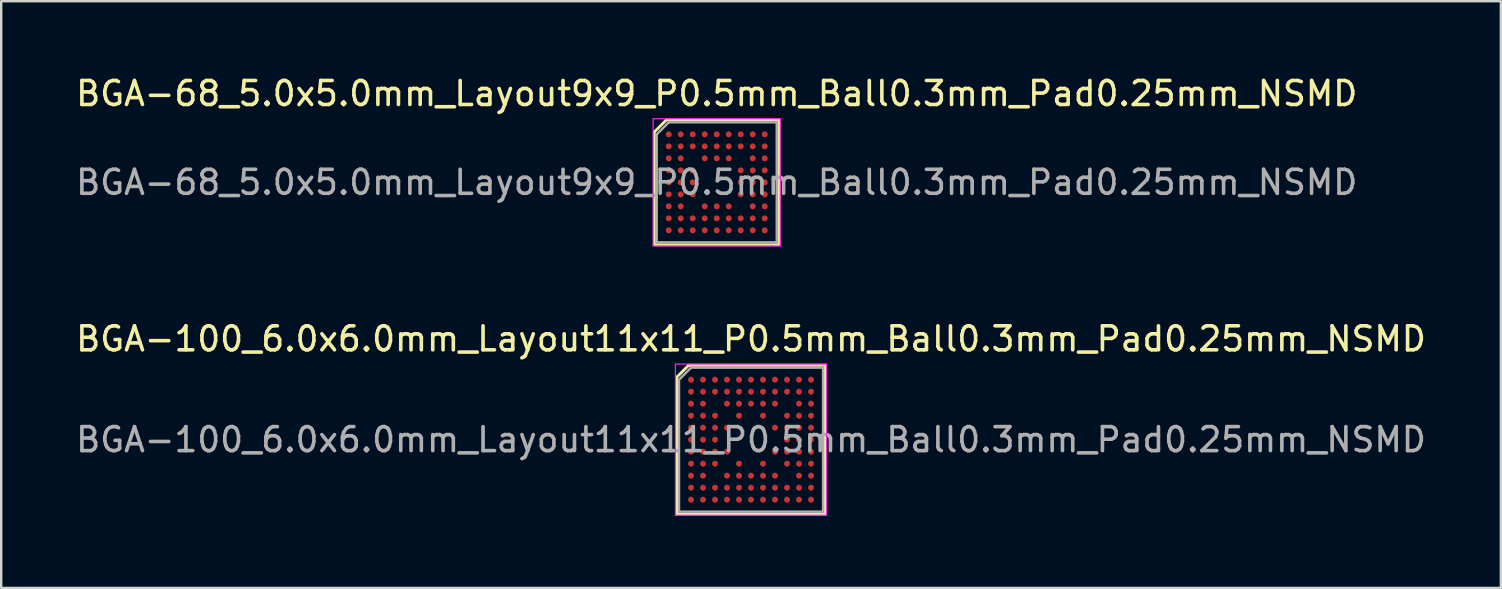
<source format=kicad_pcb>
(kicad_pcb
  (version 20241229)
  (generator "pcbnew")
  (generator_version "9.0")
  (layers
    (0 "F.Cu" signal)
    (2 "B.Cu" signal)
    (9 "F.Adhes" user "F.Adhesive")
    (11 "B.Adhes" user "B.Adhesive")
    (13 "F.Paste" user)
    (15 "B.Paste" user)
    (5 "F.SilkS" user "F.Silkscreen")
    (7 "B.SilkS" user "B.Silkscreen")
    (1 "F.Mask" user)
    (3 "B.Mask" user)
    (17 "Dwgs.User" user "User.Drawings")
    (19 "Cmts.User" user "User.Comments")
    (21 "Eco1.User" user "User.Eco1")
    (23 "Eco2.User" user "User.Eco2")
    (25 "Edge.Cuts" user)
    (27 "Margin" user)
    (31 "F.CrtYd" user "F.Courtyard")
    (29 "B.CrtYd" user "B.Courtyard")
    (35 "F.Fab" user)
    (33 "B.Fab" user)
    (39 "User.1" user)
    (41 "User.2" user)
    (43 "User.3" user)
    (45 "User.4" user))
  (footprint "BGA-68_5.0x5.0mm_Layout9x9_P0.5mm_Ball0.3mm_Pad0.25mm_NSMD"
    (layer "F.Cu")
    (at 26.815 4.548)
    (property "Reference" "BGA-68_5.0x5.0mm_Layout9x9_P0.5mm_Ball0.3mm_Pad0.25mm_NSMD" (at 0 -3.7 0) (layer "F.SilkS") (effects (font (size 1 1) (thickness 0.15))))
    (attr smd)
    (fp_line (start -2.6 -2.1) (end -2.6 2.6) (stroke (width 0.12) (type solid)) (layer "F.SilkS"))
    (fp_line (start -2.6 2.6) (end 2.6 2.6) (stroke (width 0.12) (type solid)) (layer "F.SilkS"))
    (fp_line (start -2.1 -2.6) (end -2.6 -2.1) (stroke (width 0.12) (type solid)) (layer "F.SilkS"))
    (fp_line (start 2.6 -2.6) (end -2.1 -2.6) (stroke (width 0.12) (type solid)) (layer "F.SilkS"))
    (fp_line (start 2.6 2.6) (end 2.6 -2.6) (stroke (width 0.12) (type solid)) (layer "F.SilkS"))
    (fp_line (start -2.65 -2.65) (end 2.65 -2.65) (stroke (width 0.05) (type solid)) (layer "F.CrtYd"))
    (fp_line (start -2.65 2.65) (end -2.65 -2.65) (stroke (width 0.05) (type solid)) (layer "F.CrtYd"))
    (fp_line (start 2.65 -2.65) (end 2.65 2.65) (stroke (width 0.05) (type solid)) (layer "F.CrtYd"))
    (fp_line (start 2.65 2.65) (end -2.65 2.65) (stroke (width 0.05) (type solid)) (layer "F.CrtYd"))
    (fp_line (start -2.5 -2) (end -2.5 2.5) (stroke (width 0.1) (type solid)) (layer "F.Fab"))
    (fp_line (start -2.5 2.5) (end 2.5 2.5) (stroke (width 0.1) (type solid)) (layer "F.Fab"))
    (fp_line (start -2 -2.5) (end -2.5 -2) (stroke (width 0.1) (type solid)) (layer "F.Fab"))
    (fp_line (start 2.5 -2.5) (end -2 -2.5) (stroke (width 0.1) (type solid)) (layer "F.Fab"))
    (fp_line (start 2.5 2.5) (end 2.5 -2.5) (stroke (width 0.1) (type solid)) (layer "F.Fab"))
    (fp_text user "${REFERENCE}" (at 0 0 0) (layer "F.Fab") (effects (font (size 1 1) (thickness 0.15))))
    (pad "A1" smd circle (at -2 -2) (size 0.25 0.25) (layers "F.Cu" "F.Mask" "F.Paste"))
    (pad "A2" smd circle (at -1.5 -2) (size 0.25 0.25) (layers "F.Cu" "F.Mask" "F.Paste"))
    (pad "A3" smd circle (at -1 -2) (size 0.25 0.25) (layers "F.Cu" "F.Mask" "F.Paste"))
    (pad "A4" smd circle (at -0.5 -2) (size 0.25 0.25) (layers "F.Cu" "F.Mask" "F.Paste"))
    (pad "A5" smd circle (at 0 -2) (size 0.25 0.25) (layers "F.Cu" "F.Mask" "F.Paste"))
    (pad "A6" smd circle (at 0.5 -2) (size 0.25 0.25) (layers "F.Cu" "F.Mask" "F.Paste"))
    (pad "A7" smd circle (at 1 -2) (size 0.25 0.25) (layers "F.Cu" "F.Mask" "F.Paste"))
    (pad "A8" smd circle (at 1.5 -2) (size 0.25 0.25) (layers "F.Cu" "F.Mask" "F.Paste"))
    (pad "A9" smd circle (at 2 -2) (size 0.25 0.25) (layers "F.Cu" "F.Mask" "F.Paste"))
    (pad "B1" smd circle (at -2 -1.5) (size 0.25 0.25) (layers "F.Cu" "F.Mask" "F.Paste"))
    (pad "B2" smd circle (at -1.5 -1.5) (size 0.25 0.25) (layers "F.Cu" "F.Mask" "F.Paste"))
    (pad "B3" smd circle (at -1 -1.5) (size 0.25 0.25) (layers "F.Cu" "F.Mask" "F.Paste"))
    (pad "B4" smd circle (at -0.5 -1.5) (size 0.25 0.25) (layers "F.Cu" "F.Mask" "F.Paste"))
    (pad "B5" smd circle (at 0 -1.5) (size 0.25 0.25) (layers "F.Cu" "F.Mask" "F.Paste"))
    (pad "B6" smd circle (at 0.5 -1.5) (size 0.25 0.25) (layers "F.Cu" "F.Mask" "F.Paste"))
    (pad "B7" smd circle (at 1 -1.5) (size 0.25 0.25) (layers "F.Cu" "F.Mask" "F.Paste"))
    (pad "B8" smd circle (at 1.5 -1.5) (size 0.25 0.25) (layers "F.Cu" "F.Mask" "F.Paste"))
    (pad "B9" smd circle (at 2 -1.5) (size 0.25 0.25) (layers "F.Cu" "F.Mask" "F.Paste"))
    (pad "C1" smd circle (at -2 -1) (size 0.25 0.25) (layers "F.Cu" "F.Mask" "F.Paste"))
    (pad "C2" smd circle (at -1.5 -1) (size 0.25 0.25) (layers "F.Cu" "F.Mask" "F.Paste"))
    (pad "C4" smd circle (at -0.5 -1) (size 0.25 0.25) (layers "F.Cu" "F.Mask" "F.Paste"))
    (pad "C5" smd circle (at 0 -1) (size 0.25 0.25) (layers "F.Cu" "F.Mask" "F.Paste"))
    (pad "C6" smd circle (at 0.5 -1) (size 0.25 0.25) (layers "F.Cu" "F.Mask" "F.Paste"))
    (pad "C8" smd circle (at 1.5 -1) (size 0.25 0.25) (layers "F.Cu" "F.Mask" "F.Paste"))
    (pad "C9" smd circle (at 2 -1) (size 0.25 0.25) (layers "F.Cu" "F.Mask" "F.Paste"))
    (pad "D1" smd circle (at -2 -0.5) (size 0.25 0.25) (layers "F.Cu" "F.Mask" "F.Paste"))
    (pad "D2" smd circle (at -1.5 -0.5) (size 0.25 0.25) (layers "F.Cu" "F.Mask" "F.Paste"))
    (pad "D3" smd circle (at -1 -0.5) (size 0.25 0.25) (layers "F.Cu" "F.Mask" "F.Paste"))
    (pad "D7" smd circle (at 1 -0.5) (size 0.25 0.25) (layers "F.Cu" "F.Mask" "F.Paste"))
    (pad "D8" smd circle (at 1.5 -0.5) (size 0.25 0.25) (layers "F.Cu" "F.Mask" "F.Paste"))
    (pad "D9" smd circle (at 2 -0.5) (size 0.25 0.25) (layers "F.Cu" "F.Mask" "F.Paste"))
    (pad "E1" smd circle (at -2 0) (size 0.25 0.25) (layers "F.Cu" "F.Mask" "F.Paste"))
    (pad "E2" smd circle (at -1.5 0) (size 0.25 0.25) (layers "F.Cu" "F.Mask" "F.Paste"))
    (pad "E3" smd circle (at -1 0) (size 0.25 0.25) (layers "F.Cu" "F.Mask" "F.Paste"))
    (pad "E7" smd circle (at 1 0) (size 0.25 0.25) (layers "F.Cu" "F.Mask" "F.Paste"))
    (pad "E8" smd circle (at 1.5 0) (size 0.25 0.25) (layers "F.Cu" "F.Mask" "F.Paste"))
    (pad "E9" smd circle (at 2 0) (size 0.25 0.25) (layers "F.Cu" "F.Mask" "F.Paste"))
    (pad "F1" smd circle (at -2 0.5) (size 0.25 0.25) (layers "F.Cu" "F.Mask" "F.Paste"))
    (pad "F2" smd circle (at -1.5 0.5) (size 0.25 0.25) (layers "F.Cu" "F.Mask" "F.Paste"))
    (pad "F3" smd circle (at -1 0.5) (size 0.25 0.25) (layers "F.Cu" "F.Mask" "F.Paste"))
    (pad "F7" smd circle (at 1 0.5) (size 0.25 0.25) (layers "F.Cu" "F.Mask" "F.Paste"))
    (pad "F8" smd circle (at 1.5 0.5) (size 0.25 0.25) (layers "F.Cu" "F.Mask" "F.Paste"))
    (pad "F9" smd circle (at 2 0.5) (size 0.25 0.25) (layers "F.Cu" "F.Mask" "F.Paste"))
    (pad "G1" smd circle (at -2 1) (size 0.25 0.25) (layers "F.Cu" "F.Mask" "F.Paste"))
    (pad "G2" smd circle (at -1.5 1) (size 0.25 0.25) (layers "F.Cu" "F.Mask" "F.Paste"))
    (pad "G4" smd circle (at -0.5 1) (size 0.25 0.25) (layers "F.Cu" "F.Mask" "F.Paste"))
    (pad "G5" smd circle (at 0 1) (size 0.25 0.25) (layers "F.Cu" "F.Mask" "F.Paste"))
    (pad "G6" smd circle (at 0.5 1) (size 0.25 0.25) (layers "F.Cu" "F.Mask" "F.Paste"))
    (pad "G8" smd circle (at 1.5 1) (size 0.25 0.25) (layers "F.Cu" "F.Mask" "F.Paste"))
    (pad "G9" smd circle (at 2 1) (size 0.25 0.25) (layers "F.Cu" "F.Mask" "F.Paste"))
    (pad "H1" smd circle (at -2 1.5) (size 0.25 0.25) (layers "F.Cu" "F.Mask" "F.Paste"))
    (pad "H2" smd circle (at -1.5 1.5) (size 0.25 0.25) (layers "F.Cu" "F.Mask" "F.Paste"))
    (pad "H3" smd circle (at -1 1.5) (size 0.25 0.25) (layers "F.Cu" "F.Mask" "F.Paste"))
    (pad "H4" smd circle (at -0.5 1.5) (size 0.25 0.25) (layers "F.Cu" "F.Mask" "F.Paste"))
    (pad "H5" smd circle (at 0 1.5) (size 0.25 0.25) (layers "F.Cu" "F.Mask" "F.Paste"))
    (pad "H6" smd circle (at 0.5 1.5) (size 0.25 0.25) (layers "F.Cu" "F.Mask" "F.Paste"))
    (pad "H7" smd circle (at 1 1.5) (size 0.25 0.25) (layers "F.Cu" "F.Mask" "F.Paste"))
    (pad "H8" smd circle (at 1.5 1.5) (size 0.25 0.25) (layers "F.Cu" "F.Mask" "F.Paste"))
    (pad "H9" smd circle (at 2 1.5) (size 0.25 0.25) (layers "F.Cu" "F.Mask" "F.Paste"))
    (pad "J1" smd circle (at -2 2) (size 0.25 0.25) (layers "F.Cu" "F.Mask" "F.Paste"))
    (pad "J2" smd circle (at -1.5 2) (size 0.25 0.25) (layers "F.Cu" "F.Mask" "F.Paste"))
    (pad "J3" smd circle (at -1 2) (size 0.25 0.25) (layers "F.Cu" "F.Mask" "F.Paste"))
    (pad "J4" smd circle (at -0.5 2) (size 0.25 0.25) (layers "F.Cu" "F.Mask" "F.Paste"))
    (pad "J5" smd circle (at 0 2) (size 0.25 0.25) (layers "F.Cu" "F.Mask" "F.Paste"))
    (pad "J6" smd circle (at 0.5 2) (size 0.25 0.25) (layers "F.Cu" "F.Mask" "F.Paste"))
    (pad "J7" smd circle (at 1 2) (size 0.25 0.25) (layers "F.Cu" "F.Mask" "F.Paste"))
    (pad "J8" smd circle (at 1.5 2) (size 0.25 0.25) (layers "F.Cu" "F.Mask" "F.Paste"))
    (pad "J9" smd circle (at 2 2) (size 0.25 0.25) (layers "F.Cu" "F.Mask" "F.Paste")))
  (footprint "BGA-100_6.0x6.0mm_Layout11x11_P0.5mm_Ball0.3mm_Pad0.25mm_NSMD"
    (layer "F.Cu")
    (at 28.244 15.271)
    (property "Reference" "BGA-100_6.0x6.0mm_Layout11x11_P0.5mm_Ball0.3mm_Pad0.25mm_NSMD" (at 0 -4.2 0) (layer "F.SilkS") (effects (font (size 1 1) (thickness 0.15))))
    (attr smd)
    (fp_line (start -3.1 -2.6) (end -3.1 3.1) (stroke (width 0.12) (type solid)) (layer "F.SilkS"))
    (fp_line (start -3.1 3.1) (end 3.1 3.1) (stroke (width 0.12) (type solid)) (layer "F.SilkS"))
    (fp_line (start -2.6 -3.1) (end -3.1 -2.6) (stroke (width 0.12) (type solid)) (layer "F.SilkS"))
    (fp_line (start 3.1 -3.1) (end -2.6 -3.1) (stroke (width 0.12) (type solid)) (layer "F.SilkS"))
    (fp_line (start 3.1 3.1) (end 3.1 -3.1) (stroke (width 0.12) (type solid)) (layer "F.SilkS"))
    (fp_line (start -3.15 -3.15) (end 3.15 -3.15) (stroke (width 0.05) (type solid)) (layer "F.CrtYd"))
    (fp_line (start -3.15 3.15) (end -3.15 -3.15) (stroke (width 0.05) (type solid)) (layer "F.CrtYd"))
    (fp_line (start 3.15 -3.15) (end 3.15 3.15) (stroke (width 0.05) (type solid)) (layer "F.CrtYd"))
    (fp_line (start 3.15 3.15) (end -3.15 3.15) (stroke (width 0.05) (type solid)) (layer "F.CrtYd"))
    (fp_line (start -3 -2.5) (end -3 3) (stroke (width 0.1) (type solid)) (layer "F.Fab"))
    (fp_line (start -3 3) (end 3 3) (stroke (width 0.1) (type solid)) (layer "F.Fab"))
    (fp_line (start -2.5 -3) (end -3 -2.5) (stroke (width 0.1) (type solid)) (layer "F.Fab"))
    (fp_line (start 3 -3) (end -2.5 -3) (stroke (width 0.1) (type solid)) (layer "F.Fab"))
    (fp_line (start 3 3) (end 3 -3) (stroke (width 0.1) (type solid)) (layer "F.Fab"))
    (fp_text user "${REFERENCE}" (at 0 0 0) (layer "F.Fab") (effects (font (size 1 1) (thickness 0.15))))
    (pad "A1" smd circle (at -2.5 -2.5) (size 0.25 0.25) (layers "F.Cu" "F.Mask" "F.Paste"))
    (pad "A2" smd circle (at -2 -2.5) (size 0.25 0.25) (layers "F.Cu" "F.Mask" "F.Paste"))
    (pad "A3" smd circle (at -1.5 -2.5) (size 0.25 0.25) (layers "F.Cu" "F.Mask" "F.Paste"))
    (pad "A4" smd circle (at -1 -2.5) (size 0.25 0.25) (layers "F.Cu" "F.Mask" "F.Paste"))
    (pad "A5" smd circle (at -0.5 -2.5) (size 0.25 0.25) (layers "F.Cu" "F.Mask" "F.Paste"))
    (pad "A6" smd circle (at 0 -2.5) (size 0.25 0.25) (layers "F.Cu" "F.Mask" "F.Paste"))
    (pad "A7" smd circle (at 0.5 -2.5) (size 0.25 0.25) (layers "F.Cu" "F.Mask" "F.Paste"))
    (pad "A8" smd circle (at 1 -2.5) (size 0.25 0.25) (layers "F.Cu" "F.Mask" "F.Paste"))
    (pad "A9" smd circle (at 1.5 -2.5) (size 0.25 0.25) (layers "F.Cu" "F.Mask" "F.Paste"))
    (pad "A10" smd circle (at 2 -2.5) (size 0.25 0.25) (layers "F.Cu" "F.Mask" "F.Paste"))
    (pad "A11" smd circle (at 2.5 -2.5) (size 0.25 0.25) (layers "F.Cu" "F.Mask" "F.Paste"))
    (pad "B1" smd circle (at -2.5 -2) (size 0.25 0.25) (layers "F.Cu" "F.Mask" "F.Paste"))
    (pad "B2" smd circle (at -2 -2) (size 0.25 0.25) (layers "F.Cu" "F.Mask" "F.Paste"))
    (pad "B3" smd circle (at -1.5 -2) (size 0.25 0.25) (layers "F.Cu" "F.Mask" "F.Paste"))
    (pad "B4" smd circle (at -1 -2) (size 0.25 0.25) (layers "F.Cu" "F.Mask" "F.Paste"))
    (pad "B5" smd circle (at -0.5 -2) (size 0.25 0.25) (layers "F.Cu" "F.Mask" "F.Paste"))
    (pad "B6" smd circle (at 0 -2) (size 0.25 0.25) (layers "F.Cu" "F.Mask" "F.Paste"))
    (pad "B7" smd circle (at 0.5 -2) (size 0.25 0.25) (layers "F.Cu" "F.Mask" "F.Paste"))
    (pad "B8" smd circle (at 1 -2) (size 0.25 0.25) (layers "F.Cu" "F.Mask" "F.Paste"))
    (pad "B9" smd circle (at 1.5 -2) (size 0.25 0.25) (layers "F.Cu" "F.Mask" "F.Paste"))
    (pad "B10" smd circle (at 2 -2) (size 0.25 0.25) (layers "F.Cu" "F.Mask" "F.Paste"))
    (pad "B11" smd circle (at 2.5 -2) (size 0.25 0.25) (layers "F.Cu" "F.Mask" "F.Paste"))
    (pad "C1" smd circle (at -2.5 -1.5) (size 0.25 0.25) (layers "F.Cu" "F.Mask" "F.Paste"))
    (pad "C2" smd circle (at -2 -1.5) (size 0.25 0.25) (layers "F.Cu" "F.Mask" "F.Paste"))
    (pad "C4" smd circle (at -1 -1.5) (size 0.25 0.25) (layers "F.Cu" "F.Mask" "F.Paste"))
    (pad "C5" smd circle (at -0.5 -1.5) (size 0.25 0.25) (layers "F.Cu" "F.Mask" "F.Paste"))
    (pad "C6" smd circle (at 0 -1.5) (size 0.25 0.25) (layers "F.Cu" "F.Mask" "F.Paste"))
    (pad "C7" smd circle (at 0.5 -1.5) (size 0.25 0.25) (layers "F.Cu" "F.Mask" "F.Paste"))
    (pad "C8" smd circle (at 1 -1.5) (size 0.25 0.25) (layers "F.Cu" "F.Mask" "F.Paste"))
    (pad "C10" smd circle (at 2 -1.5) (size 0.25 0.25) (layers "F.Cu" "F.Mask" "F.Paste"))
    (pad "C11" smd circle (at 2.5 -1.5) (size 0.25 0.25) (layers "F.Cu" "F.Mask" "F.Paste"))
    (pad "D1" smd circle (at -2.5 -1) (size 0.25 0.25) (layers "F.Cu" "F.Mask" "F.Paste"))
    (pad "D2" smd circle (at -2 -1) (size 0.25 0.25) (layers "F.Cu" "F.Mask" "F.Paste"))
    (pad "D3" smd circle (at -1.5 -1) (size 0.25 0.25) (layers "F.Cu" "F.Mask" "F.Paste"))
    (pad "D5" smd circle (at -0.5 -1) (size 0.25 0.25) (layers "F.Cu" "F.Mask" "F.Paste"))
    (pad "D7" smd circle (at 0.5 -1) (size 0.25 0.25) (layers "F.Cu" "F.Mask" "F.Paste"))
    (pad "D9" smd circle (at 1.5 -1) (size 0.25 0.25) (layers "F.Cu" "F.Mask" "F.Paste"))
    (pad "D10" smd circle (at 2 -1) (size 0.25 0.25) (layers "F.Cu" "F.Mask" "F.Paste"))
    (pad "D11" smd circle (at 2.5 -1) (size 0.25 0.25) (layers "F.Cu" "F.Mask" "F.Paste"))
    (pad "E1" smd circle (at -2.5 -0.5) (size 0.25 0.25) (layers "F.Cu" "F.Mask" "F.Paste"))
    (pad "E2" smd circle (at -2 -0.5) (size 0.25 0.25) (layers "F.Cu" "F.Mask" "F.Paste"))
    (pad "E3" smd circle (at -1.5 -0.5) (size 0.25 0.25) (layers "F.Cu" "F.Mask" "F.Paste"))
    (pad "E4" smd circle (at -1 -0.5) (size 0.25 0.25) (layers "F.Cu" "F.Mask" "F.Paste"))
    (pad "E8" smd circle (at 1 -0.5) (size 0.25 0.25) (layers "F.Cu" "F.Mask" "F.Paste"))
    (pad "E9" smd circle (at 1.5 -0.5) (size 0.25 0.25) (layers "F.Cu" "F.Mask" "F.Paste"))
    (pad "E10" smd circle (at 2 -0.5) (size 0.25 0.25) (layers "F.Cu" "F.Mask" "F.Paste"))
    (pad "E11" smd circle (at 2.5 -0.5) (size 0.25 0.25) (layers "F.Cu" "F.Mask" "F.Paste"))
    (pad "F1" smd circle (at -2.5 0) (size 0.25 0.25) (layers "F.Cu" "F.Mask" "F.Paste"))
    (pad "F2" smd circle (at -2 0) (size 0.25 0.25) (layers "F.Cu" "F.Mask" "F.Paste"))
    (pad "F3" smd circle (at -1.5 0) (size 0.25 0.25) (layers "F.Cu" "F.Mask" "F.Paste"))
    (pad "F9" smd circle (at 1.5 0) (size 0.25 0.25) (layers "F.Cu" "F.Mask" "F.Paste"))
    (pad "F10" smd circle (at 2 0) (size 0.25 0.25) (layers "F.Cu" "F.Mask" "F.Paste"))
    (pad "F11" smd circle (at 2.5 0) (size 0.25 0.25) (layers "F.Cu" "F.Mask" "F.Paste"))
    (pad "G1" smd circle (at -2.5 0.5) (size 0.25 0.25) (layers "F.Cu" "F.Mask" "F.Paste"))
    (pad "G2" smd circle (at -2 0.5) (size 0.25 0.25) (layers "F.Cu" "F.Mask" "F.Paste"))
    (pad "G3" smd circle (at -1.5 0.5) (size 0.25 0.25) (layers "F.Cu" "F.Mask" "F.Paste"))
    (pad "G4" smd circle (at -1 0.5) (size 0.25 0.25) (layers "F.Cu" "F.Mask" "F.Paste"))
    (pad "G8" smd circle (at 1 0.5) (size 0.25 0.25) (layers "F.Cu" "F.Mask" "F.Paste"))
    (pad "G9" smd circle (at 1.5 0.5) (size 0.25 0.25) (layers "F.Cu" "F.Mask" "F.Paste"))
    (pad "G10" smd circle (at 2 0.5) (size 0.25 0.25) (layers "F.Cu" "F.Mask" "F.Paste"))
    (pad "G11" smd circle (at 2.5 0.5) (size 0.25 0.25) (layers "F.Cu" "F.Mask" "F.Paste"))
    (pad "H1" smd circle (at -2.5 1) (size 0.25 0.25) (layers "F.Cu" "F.Mask" "F.Paste"))
    (pad "H2" smd circle (at -2 1) (size 0.25 0.25) (layers "F.Cu" "F.Mask" "F.Paste"))
    (pad "H3" smd circle (at -1.5 1) (size 0.25 0.25) (layers "F.Cu" "F.Mask" "F.Paste"))
    (pad "H5" smd circle (at -0.5 1) (size 0.25 0.25) (layers "F.Cu" "F.Mask" "F.Paste"))
    (pad "H7" smd circle (at 0.5 1) (size 0.25 0.25) (layers "F.Cu" "F.Mask" "F.Paste"))
    (pad "H9" smd circle (at 1.5 1) (size 0.25 0.25) (layers "F.Cu" "F.Mask" "F.Paste"))
    (pad "H10" smd circle (at 2 1) (size 0.25 0.25) (layers "F.Cu" "F.Mask" "F.Paste"))
    (pad "H11" smd circle (at 2.5 1) (size 0.25 0.25) (layers "F.Cu" "F.Mask" "F.Paste"))
    (pad "J1" smd circle (at -2.5 1.5) (size 0.25 0.25) (layers "F.Cu" "F.Mask" "F.Paste"))
    (pad "J2" smd circle (at -2 1.5) (size 0.25 0.25) (layers "F.Cu" "F.Mask" "F.Paste"))
    (pad "J4" smd circle (at -1 1.5) (size 0.25 0.25) (layers "F.Cu" "F.Mask" "F.Paste"))
    (pad "J5" smd circle (at -0.5 1.5) (size 0.25 0.25) (layers "F.Cu" "F.Mask" "F.Paste"))
    (pad "J6" smd circle (at 0 1.5) (size 0.25 0.25) (layers "F.Cu" "F.Mask" "F.Paste"))
    (pad "J7" smd circle (at 0.5 1.5) (size 0.25 0.25) (layers "F.Cu" "F.Mask" "F.Paste"))
    (pad "J8" smd circle (at 1 1.5) (size 0.25 0.25) (layers "F.Cu" "F.Mask" "F.Paste"))
    (pad "J10" smd circle (at 2 1.5) (size 0.25 0.25) (layers "F.Cu" "F.Mask" "F.Paste"))
    (pad "J11" smd circle (at 2.5 1.5) (size 0.25 0.25) (layers "F.Cu" "F.Mask" "F.Paste"))
    (pad "K1" smd circle (at -2.5 2) (size 0.25 0.25) (layers "F.Cu" "F.Mask" "F.Paste"))
    (pad "K2" smd circle (at -2 2) (size 0.25 0.25) (layers "F.Cu" "F.Mask" "F.Paste"))
    (pad "K3" smd circle (at -1.5 2) (size 0.25 0.25) (layers "F.Cu" "F.Mask" "F.Paste"))
    (pad "K4" smd circle (at -1 2) (size 0.25 0.25) (layers "F.Cu" "F.Mask" "F.Paste"))
    (pad "K5" smd circle (at -0.5 2) (size 0.25 0.25) (layers "F.Cu" "F.Mask" "F.Paste"))
    (pad "K6" smd circle (at 0 2) (size 0.25 0.25) (layers "F.Cu" "F.Mask" "F.Paste"))
    (pad "K7" smd circle (at 0.5 2) (size 0.25 0.25) (layers "F.Cu" "F.Mask" "F.Paste"))
    (pad "K8" smd circle (at 1 2) (size 0.25 0.25) (layers "F.Cu" "F.Mask" "F.Paste"))
    (pad "K9" smd circle (at 1.5 2) (size 0.25 0.25) (layers "F.Cu" "F.Mask" "F.Paste"))
    (pad "K10" smd circle (at 2 2) (size 0.25 0.25) (layers "F.Cu" "F.Mask" "F.Paste"))
    (pad "K11" smd circle (at 2.5 2) (size 0.25 0.25) (layers "F.Cu" "F.Mask" "F.Paste"))
    (pad "L1" smd circle (at -2.5 2.5) (size 0.25 0.25) (layers "F.Cu" "F.Mask" "F.Paste"))
    (pad "L2" smd circle (at -2 2.5) (size 0.25 0.25) (layers "F.Cu" "F.Mask" "F.Paste"))
    (pad "L3" smd circle (at -1.5 2.5) (size 0.25 0.25) (layers "F.Cu" "F.Mask" "F.Paste"))
    (pad "L4" smd circle (at -1 2.5) (size 0.25 0.25) (layers "F.Cu" "F.Mask" "F.Paste"))
    (pad "L5" smd circle (at -0.5 2.5) (size 0.25 0.25) (layers "F.Cu" "F.Mask" "F.Paste"))
    (pad "L6" smd circle (at 0 2.5) (size 0.25 0.25) (layers "F.Cu" "F.Mask" "F.Paste"))
    (pad "L7" smd circle (at 0.5 2.5) (size 0.25 0.25) (layers "F.Cu" "F.Mask" "F.Paste"))
    (pad "L8" smd circle (at 1 2.5) (size 0.25 0.25) (layers "F.Cu" "F.Mask" "F.Paste"))
    (pad "L9" smd circle (at 1.5 2.5) (size 0.25 0.25) (layers "F.Cu" "F.Mask" "F.Paste"))
    (pad "L10" smd circle (at 2 2.5) (size 0.25 0.25) (layers "F.Cu" "F.Mask" "F.Paste"))
    (pad "L11" smd circle (at 2.5 2.5) (size 0.25 0.25) (layers "F.Cu" "F.Mask" "F.Paste")))
  (gr_rect
    (start -3 -3)
    (end 59.488 21.447)
    (stroke (width 0.1) (type default))
    (fill no)
    (layer "Edge.Cuts")))
</source>
